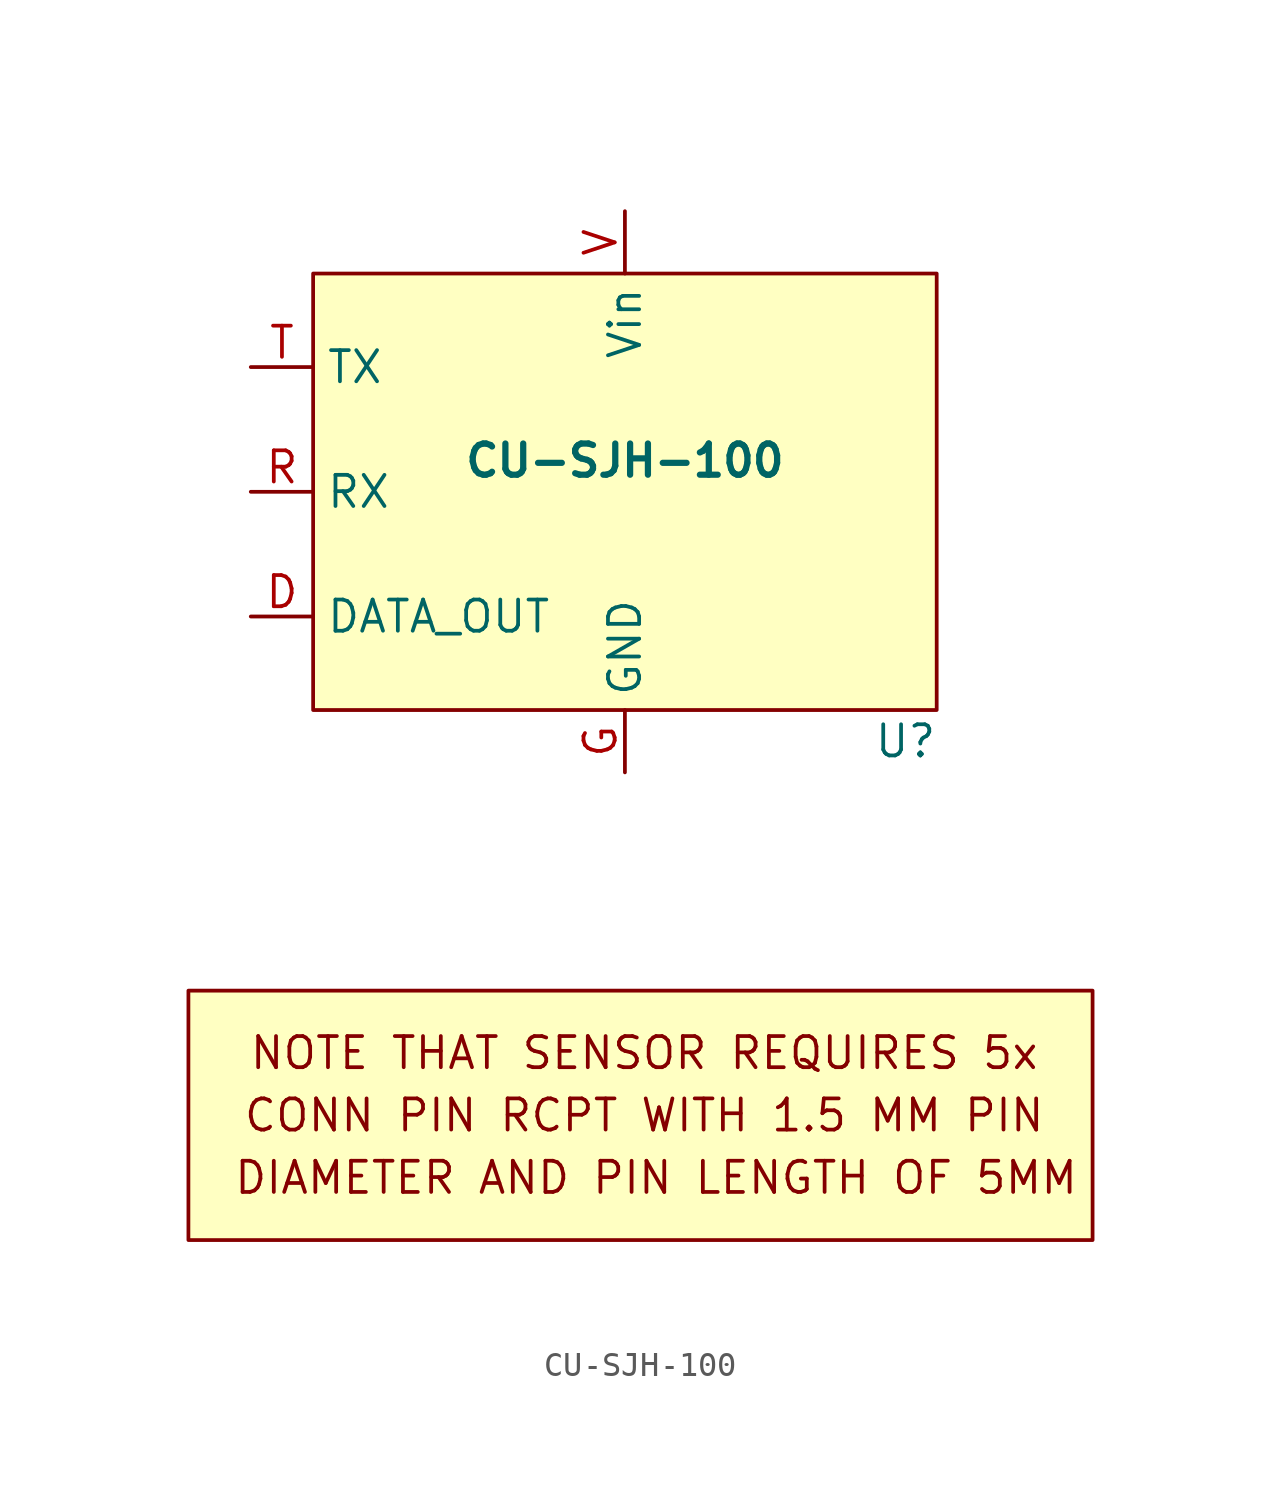
<source format=kicad_sym>
(kicad_symbol_lib
  (version 20220914)
  (generator kicad_symbol_editor)
  (symbol "CU-SJH-100"
    (property "Reference" "U"
      (at 11.43 -10.16 0)
      (effects (font (size 1.27 1.27))))
    (property "Value" "CU-SJH-100"
      (at 0 1.27 0)
      (effects (font (size 1.27 1.27) bold)))
    (symbol "CU-SJH-100_0_0"
      (rectangle (start -17.78 -20.32) (end 19.05 -30.48) (stroke (width 0) (type default)) (fill (type background)))
      (text "CONN PIN RCPT WITH 1.5 MM PIN " (at 1.27 -25.4 0) (effects (font (size 1.27 1.27))))
      (text "DIAMETER AND PIN LENGTH OF 5MM" (at 1.27 -27.94 0) (effects (font (size 1.27 1.27))))
      (text "NOTE THAT SENSOR REQUIRES 5x " (at 1.27 -22.86 0) (effects (font (size 1.27 1.27)))))
    (symbol "CU-SJH-100_0_1"
      (rectangle (start -12.7 8.89) (end 12.7 -8.89) (stroke (width 0) (type default)) (fill (type background))))
    (symbol "CU-SJH-100_1_1"
      (pin output line (at -15.24 -5.08 0) (length 2.54) (name "DATA_OUT" (effects (font (size 1.27 1.27)))) (number "D" (effects (font (size 1.27 1.27)))))
      (pin power_in line (at 0 -11.43 90) (length 2.54) (name "GND" (effects (font (size 1.27 1.27)))) (number "G" (effects (font (size 1.27 1.27)))))
      (pin input line (at -15.24 0 0) (length 2.54) (name "RX" (effects (font (size 1.27 1.27)))) (number "R" (effects (font (size 1.27 1.27)))))
      (pin output line (at -15.24 5.08 0) (length 2.54) (name "TX" (effects (font (size 1.27 1.27)))) (number "T" (effects (font (size 1.27 1.27)))))
      (pin power_in line (at 0 11.43 270) (length 2.54) (name "Vin" (effects (font (size 1.27 1.27)))) (number "V" (effects (font (size 1.27 1.27))))))))
</source>
